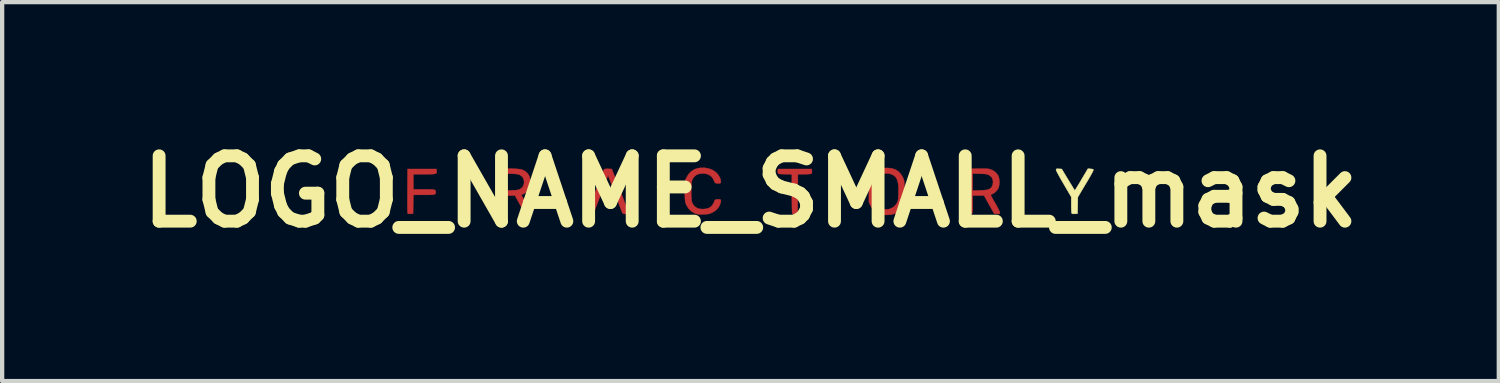
<source format=kicad_pcb>
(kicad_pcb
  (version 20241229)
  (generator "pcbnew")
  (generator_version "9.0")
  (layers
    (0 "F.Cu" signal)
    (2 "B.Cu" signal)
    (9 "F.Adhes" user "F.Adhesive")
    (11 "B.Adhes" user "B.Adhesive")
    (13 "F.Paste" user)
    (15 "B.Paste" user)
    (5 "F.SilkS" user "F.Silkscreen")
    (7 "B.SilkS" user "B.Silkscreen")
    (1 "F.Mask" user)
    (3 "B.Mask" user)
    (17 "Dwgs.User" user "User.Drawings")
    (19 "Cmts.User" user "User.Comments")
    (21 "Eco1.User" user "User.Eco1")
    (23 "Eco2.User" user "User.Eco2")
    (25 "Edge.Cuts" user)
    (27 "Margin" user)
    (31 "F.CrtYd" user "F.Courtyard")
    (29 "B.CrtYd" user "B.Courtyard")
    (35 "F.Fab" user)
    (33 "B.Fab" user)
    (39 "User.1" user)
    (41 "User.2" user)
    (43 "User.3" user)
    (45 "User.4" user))
  (footprint "LOGO_NAME_SMALL_mask"
    (layer "F.Cu")
    (at 14.449 1.418)
    (property "Reference" "LOGO_NAME_SMALL_mask" (at 0 0 0) (layer "F.SilkS") (effects (font (size 1.524 1.524) (thickness 0.3))))
    (attr through_hole)
    (fp_poly (pts (xy 1.433 -0.478) (xy 1.431 -0.438) (xy 1.42 -0.417) (xy 1.401 -0.413) (xy 1.363 -0.41) (xy 1.311 -0.407) (xy 1.254 -0.407) (xy 1.105 -0.406) (xy 1.099 0.514) (xy 1.041 0.518) (xy 1.004 0.519) (xy 0.979 0.515) (xy 0.974 0.513) (xy 0.972 0.498) (xy 0.97 0.462) (xy 0.969 0.405) (xy 0.967 0.332) (xy 0.966 0.245) (xy 0.965 0.148) (xy 0.965 0.049) (xy 0.965 -0.406) (xy 0.816 -0.407) (xy 0.756 -0.408) (xy 0.704 -0.41) (xy 0.667 -0.413) (xy 0.65 -0.417) (xy 0.639 -0.438) (xy 0.637 -0.478) (xy 0.641 -0.527) (xy 1.429 -0.527) (xy 1.433 -0.478)) (stroke (width 0.01) (type solid)) (fill yes) (layer "F.Cu"))
    (fp_poly (pts (xy -7.318 -0.485) (xy -7.316 -0.46) (xy -7.318 -0.441) (xy -7.328 -0.427) (xy -7.348 -0.417) (xy -7.381 -0.411) (xy -7.43 -0.408) (xy -7.498 -0.407) (xy -7.589 -0.406) (xy -7.603 -0.406) (xy -7.861 -0.406) (xy -7.861 -0.051) (xy -7.609 -0.051) (xy -7.52 -0.051) (xy -7.453 -0.05) (xy -7.405 -0.048) (xy -7.374 -0.043) (xy -7.354 -0.035) (xy -7.345 -0.023) (xy -7.341 -0.007) (xy -7.341 0.015) (xy -7.341 0.018) (xy -7.342 0.037) (xy -7.348 0.051) (xy -7.363 0.062) (xy -7.388 0.069) (xy -7.428 0.073) (xy -7.486 0.075) (xy -7.563 0.076) (xy -7.616 0.076) (xy -7.861 0.076) (xy -7.864 0.295) (xy -7.868 0.514) (xy -7.928 0.518) (xy -7.972 0.518) (xy -7.993 0.508) (xy -7.995 0.506) (xy -7.996 0.49) (xy -7.997 0.451) (xy -7.998 0.393) (xy -7.999 0.317) (xy -7.999 0.228) (xy -7.999 0.127) (xy -7.998 0.017) (xy -7.998 -0.019) (xy -7.995 -0.527) (xy -7.322 -0.527) (xy -7.318 -0.485)) (stroke (width 0.01) (type solid)) (fill yes) (layer "F.Cu"))
    (fp_poly (pts (xy -3.317 -0.531) (xy -3.234 -0.527) (xy -3.14 -0.286) (xy -3.105 -0.194) (xy -3.064 -0.088) (xy -3.021 0.024) (xy -2.979 0.132) (xy -2.945 0.221) (xy -2.916 0.298) (xy -2.891 0.368) (xy -2.87 0.427) (xy -2.856 0.472) (xy -2.85 0.498) (xy -2.85 0.503) (xy -2.866 0.514) (xy -2.897 0.52) (xy -2.934 0.52) (xy -2.965 0.514) (xy -2.981 0.505) (xy -2.989 0.49) (xy -3.004 0.453) (xy -3.025 0.399) (xy -3.052 0.329) (xy -3.084 0.246) (xy -3.119 0.154) (xy -3.155 0.057) (xy -3.192 -0.042) (xy -3.227 -0.133) (xy -3.257 -0.214) (xy -3.283 -0.281) (xy -3.303 -0.333) (xy -3.315 -0.366) (xy -3.32 -0.378) (xy -3.325 -0.368) (xy -3.338 -0.336) (xy -3.358 -0.285) (xy -3.384 -0.219) (xy -3.414 -0.139) (xy -3.448 -0.048) (xy -3.485 0.05) (xy -3.487 0.054) (xy -3.524 0.154) (xy -3.559 0.246) (xy -3.591 0.329) (xy -3.618 0.399) (xy -3.639 0.454) (xy -3.654 0.49) (xy -3.661 0.505) (xy -3.682 0.516) (xy -3.715 0.521) (xy -3.752 0.519) (xy -3.781 0.512) (xy -3.793 0.502) (xy -3.79 0.487) (xy -3.779 0.451) (xy -3.76 0.398) (xy -3.737 0.331) (xy -3.708 0.251) (xy -3.676 0.164) (xy -3.642 0.07) (xy -3.606 -0.026) (xy -3.57 -0.121) (xy -3.535 -0.213) (xy -3.503 -0.298) (xy -3.473 -0.373) (xy -3.448 -0.436) (xy -3.429 -0.483) (xy -3.416 -0.512) (xy -3.412 -0.518) (xy -3.392 -0.528) (xy -3.349 -0.531) (xy -3.317 -0.531)) (stroke (width 0.01) (type solid)) (fill yes) (layer "F.Cu"))
    (fp_poly (pts (xy -5.583 -0.535) (xy -5.51 -0.533) (xy -5.443 -0.529) (xy -5.386 -0.524) (xy -5.344 -0.517) (xy -5.332 -0.514) (xy -5.253 -0.475) (xy -5.193 -0.42) (xy -5.152 -0.349) (xy -5.133 -0.265) (xy -5.131 -0.228) (xy -5.142 -0.138) (xy -5.172 -0.06) (xy -5.22 0.004) (xy -5.284 0.05) (xy -5.311 0.062) (xy -5.346 0.075) (xy -5.231 0.274) (xy -5.195 0.339) (xy -5.163 0.397) (xy -5.139 0.445) (xy -5.124 0.479) (xy -5.121 0.493) (xy -5.135 0.507) (xy -5.165 0.516) (xy -5.201 0.52) (xy -5.234 0.516) (xy -5.251 0.508) (xy -5.263 0.493) (xy -5.284 0.459) (xy -5.313 0.41) (xy -5.347 0.351) (xy -5.38 0.291) (xy -5.492 0.089) (xy -5.623 0.089) (xy -5.753 0.089) (xy -5.753 0.285) (xy -5.754 0.354) (xy -5.755 0.415) (xy -5.757 0.463) (xy -5.759 0.494) (xy -5.761 0.501) (xy -5.778 0.514) (xy -5.81 0.521) (xy -5.847 0.521) (xy -5.879 0.515) (xy -5.897 0.501) (xy -5.898 0.501) (xy -5.9 0.483) (xy -5.901 0.444) (xy -5.903 0.386) (xy -5.904 0.313) (xy -5.905 0.228) (xy -5.905 0.135) (xy -5.905 0.037) (xy -5.905 -0.022) (xy -5.753 -0.022) (xy -5.584 -0.028) (xy -5.509 -0.031) (xy -5.456 -0.035) (xy -5.418 -0.041) (xy -5.39 -0.049) (xy -5.372 -0.058) (xy -5.32 -0.098) (xy -5.289 -0.147) (xy -5.278 -0.21) (xy -5.278 -0.222) (xy -5.286 -0.287) (xy -5.312 -0.338) (xy -5.36 -0.379) (xy -5.373 -0.387) (xy -5.396 -0.398) (xy -5.424 -0.406) (xy -5.463 -0.411) (xy -5.517 -0.415) (xy -5.585 -0.417) (xy -5.753 -0.422) (xy -5.753 -0.022) (xy -5.905 -0.022) (xy -5.905 -0.063) (xy -5.905 -0.16) (xy -5.904 -0.253) (xy -5.904 -0.336) (xy -5.902 -0.407) (xy -5.901 -0.463) (xy -5.899 -0.5) (xy -5.898 -0.513) (xy -5.883 -0.521) (xy -5.847 -0.527) (xy -5.794 -0.531) (xy -5.73 -0.534) (xy -5.658 -0.535) (xy -5.583 -0.535)) (stroke (width 0.01) (type solid)) (fill yes) (layer "F.Cu"))
    (fp_poly (pts (xy 5.418 -0.535) (xy 5.48 -0.534) (xy 5.53 -0.531) (xy 5.564 -0.528) (xy 5.569 -0.527) (xy 5.651 -0.495) (xy 5.719 -0.446) (xy 5.77 -0.382) (xy 5.784 -0.353) (xy 5.798 -0.298) (xy 5.803 -0.23) (xy 5.8 -0.161) (xy 5.787 -0.1) (xy 5.78 -0.082) (xy 5.752 -0.037) (xy 5.713 0.006) (xy 5.669 0.041) (xy 5.632 0.058) (xy 5.609 0.068) (xy 5.601 0.078) (xy 5.607 0.092) (xy 5.624 0.125) (xy 5.649 0.172) (xy 5.681 0.228) (xy 5.709 0.276) (xy 5.745 0.34) (xy 5.775 0.398) (xy 5.799 0.446) (xy 5.813 0.48) (xy 5.817 0.492) (xy 5.815 0.51) (xy 5.804 0.518) (xy 5.78 0.52) (xy 5.75 0.518) (xy 5.683 0.514) (xy 5.445 0.089) (xy 5.182 0.089) (xy 5.182 0.285) (xy 5.181 0.354) (xy 5.18 0.415) (xy 5.178 0.463) (xy 5.175 0.494) (xy 5.174 0.501) (xy 5.157 0.514) (xy 5.125 0.521) (xy 5.088 0.521) (xy 5.055 0.515) (xy 5.037 0.501) (xy 5.037 0.501) (xy 5.035 0.483) (xy 5.033 0.443) (xy 5.032 0.385) (xy 5.031 0.312) (xy 5.03 0.228) (xy 5.03 0.135) (xy 5.029 0.037) (xy 5.03 -0.022) (xy 5.182 -0.022) (xy 5.35 -0.028) (xy 5.429 -0.032) (xy 5.488 -0.037) (xy 5.53 -0.044) (xy 5.562 -0.055) (xy 5.566 -0.057) (xy 5.615 -0.092) (xy 5.645 -0.144) (xy 5.656 -0.213) (xy 5.657 -0.225) (xy 5.648 -0.289) (xy 5.621 -0.339) (xy 5.572 -0.381) (xy 5.561 -0.387) (xy 5.539 -0.398) (xy 5.511 -0.406) (xy 5.472 -0.411) (xy 5.417 -0.415) (xy 5.35 -0.417) (xy 5.182 -0.422) (xy 5.182 -0.022) (xy 5.03 -0.022) (xy 5.03 -0.062) (xy 5.03 -0.16) (xy 5.031 -0.252) (xy 5.032 -0.335) (xy 5.034 -0.407) (xy 5.035 -0.464) (xy 5.037 -0.501) (xy 5.039 -0.517) (xy 5.054 -0.522) (xy 5.09 -0.526) (xy 5.142 -0.53) (xy 5.206 -0.532) (xy 5.276 -0.534) (xy 5.348 -0.535) (xy 5.418 -0.535)) (stroke (width 0.01) (type solid)) (fill yes) (layer "F.Cu"))
    (fp_poly (pts (xy -0.97 -0.537) (xy -0.882 -0.502) (xy -0.806 -0.451) (xy -0.747 -0.386) (xy -0.708 -0.31) (xy -0.703 -0.295) (xy -0.691 -0.244) (xy -0.691 -0.213) (xy -0.705 -0.197) (xy -0.737 -0.192) (xy -0.763 -0.193) (xy -0.802 -0.196) (xy -0.823 -0.204) (xy -0.836 -0.222) (xy -0.845 -0.247) (xy -0.882 -0.32) (xy -0.935 -0.374) (xy -1.005 -0.409) (xy -1.09 -0.424) (xy -1.119 -0.425) (xy -1.203 -0.414) (xy -1.271 -0.385) (xy -1.323 -0.336) (xy -1.348 -0.295) (xy -1.36 -0.27) (xy -1.368 -0.245) (xy -1.374 -0.214) (xy -1.377 -0.173) (xy -1.38 -0.117) (xy -1.382 -0.041) (xy -1.382 -0.029) (xy -1.383 0.071) (xy -1.38 0.149) (xy -1.373 0.21) (xy -1.36 0.258) (xy -1.341 0.296) (xy -1.316 0.329) (xy -1.305 0.34) (xy -1.262 0.374) (xy -1.217 0.395) (xy -1.16 0.406) (xy -1.102 0.408) (xy -1.016 0.399) (xy -0.946 0.371) (xy -0.892 0.323) (xy -0.853 0.254) (xy -0.845 0.234) (xy -0.834 0.205) (xy -0.82 0.189) (xy -0.795 0.183) (xy -0.763 0.18) (xy -0.719 0.181) (xy -0.695 0.191) (xy -0.689 0.216) (xy -0.697 0.26) (xy -0.698 0.264) (xy -0.733 0.348) (xy -0.789 0.419) (xy -0.866 0.474) (xy -0.879 0.481) (xy -0.921 0.502) (xy -0.957 0.515) (xy -0.994 0.523) (xy -1.041 0.527) (xy -1.095 0.529) (xy -1.16 0.531) (xy -1.207 0.529) (xy -1.245 0.523) (xy -1.281 0.512) (xy -1.294 0.507) (xy -1.373 0.462) (xy -1.44 0.398) (xy -1.49 0.32) (xy -1.5 0.297) (xy -1.511 0.269) (xy -1.518 0.242) (xy -1.524 0.211) (xy -1.527 0.173) (xy -1.529 0.122) (xy -1.53 0.053) (xy -1.53 -0.013) (xy -1.53 -0.096) (xy -1.529 -0.158) (xy -1.528 -0.204) (xy -1.524 -0.238) (xy -1.519 -0.265) (xy -1.51 -0.289) (xy -1.499 -0.314) (xy -1.497 -0.318) (xy -1.443 -0.408) (xy -1.376 -0.476) (xy -1.295 -0.524) (xy -1.199 -0.55) (xy -1.175 -0.553) (xy -1.069 -0.555) (xy -0.97 -0.537)) (stroke (width 0.01) (type solid)) (fill yes) (layer "F.Cu"))
    (fp_poly (pts (xy 3.293 -0.542) (xy 3.382 -0.513) (xy 3.456 -0.464) (xy 3.516 -0.395) (xy 3.552 -0.333) (xy 3.564 -0.308) (xy 3.573 -0.286) (xy 3.579 -0.263) (xy 3.584 -0.234) (xy 3.586 -0.196) (xy 3.587 -0.144) (xy 3.588 -0.074) (xy 3.588 0) (xy 3.588 0.088) (xy 3.587 0.155) (xy 3.585 0.204) (xy 3.583 0.241) (xy 3.578 0.269) (xy 3.571 0.292) (xy 3.562 0.315) (xy 3.555 0.33) (xy 3.509 0.409) (xy 3.452 0.468) (xy 3.382 0.509) (xy 3.295 0.533) (xy 3.2 0.542) (xy 3.131 0.543) (xy 3.08 0.539) (xy 3.038 0.53) (xy 3.02 0.524) (xy 2.936 0.484) (xy 2.871 0.432) (xy 2.821 0.365) (xy 2.805 0.335) (xy 2.762 0.248) (xy 2.762 -0.006) (xy 2.762 -0.006) (xy 2.908 -0.006) (xy 2.908 0.071) (xy 2.909 0.127) (xy 2.912 0.168) (xy 2.916 0.199) (xy 2.923 0.224) (xy 2.934 0.248) (xy 2.943 0.267) (xy 2.979 0.325) (xy 3.022 0.366) (xy 3.079 0.395) (xy 3.093 0.4) (xy 3.139 0.414) (xy 3.178 0.417) (xy 3.222 0.411) (xy 3.259 0.4) (xy 3.328 0.367) (xy 3.386 0.312) (xy 3.424 0.254) (xy 3.434 0.23) (xy 3.441 0.199) (xy 3.446 0.157) (xy 3.45 0.098) (xy 3.452 0.027) (xy 3.452 -0.087) (xy 3.445 -0.18) (xy 3.429 -0.254) (xy 3.405 -0.312) (xy 3.37 -0.355) (xy 3.325 -0.388) (xy 3.316 -0.393) (xy 3.235 -0.422) (xy 3.156 -0.427) (xy 3.082 -0.41) (xy 3.016 -0.372) (xy 2.963 -0.313) (xy 2.943 -0.28) (xy 2.93 -0.253) (xy 2.921 -0.229) (xy 2.915 -0.203) (xy 2.911 -0.17) (xy 2.909 -0.125) (xy 2.908 -0.062) (xy 2.908 -0.006) (xy 2.762 -0.006) (xy 2.762 -0.093) (xy 2.763 -0.158) (xy 2.764 -0.206) (xy 2.767 -0.242) (xy 2.772 -0.269) (xy 2.779 -0.292) (xy 2.789 -0.315) (xy 2.798 -0.333) (xy 2.851 -0.417) (xy 2.919 -0.48) (xy 3.003 -0.523) (xy 3.102 -0.547) (xy 3.188 -0.552) (xy 3.293 -0.542)) (stroke (width 0.01) (type solid)) (fill yes) (layer "F.Cu"))
    (fp_poly (pts (xy 7.931 -0.53) (xy 7.974 -0.525) (xy 7.995 -0.514) (xy 7.998 -0.508) (xy 7.993 -0.493) (xy 7.976 -0.458) (xy 7.949 -0.408) (xy 7.914 -0.345) (xy 7.872 -0.273) (xy 7.825 -0.193) (xy 7.817 -0.181) (xy 7.633 0.128) (xy 7.63 0.321) (xy 7.626 0.514) (xy 7.561 0.518) (xy 7.52 0.519) (xy 7.498 0.513) (xy 7.488 0.501) (xy 7.485 0.481) (xy 7.483 0.442) (xy 7.481 0.387) (xy 7.48 0.322) (xy 7.48 0.303) (xy 7.48 0.125) (xy 7.303 -0.178) (xy 7.256 -0.258) (xy 7.214 -0.332) (xy 7.178 -0.398) (xy 7.15 -0.45) (xy 7.132 -0.488) (xy 7.125 -0.507) (xy 7.125 -0.507) (xy 7.127 -0.523) (xy 7.138 -0.531) (xy 7.165 -0.532) (xy 7.191 -0.531) (xy 7.258 -0.527) (xy 7.406 -0.281) (xy 7.449 -0.21) (xy 7.488 -0.147) (xy 7.52 -0.094) (xy 7.544 -0.055) (xy 7.558 -0.033) (xy 7.561 -0.029) (xy 7.569 -0.038) (xy 7.588 -0.066) (xy 7.615 -0.11) (xy 7.65 -0.166) (xy 7.691 -0.233) (xy 7.717 -0.279) (xy 7.868 -0.534) (xy 7.931 -0.53)) (stroke (width 0.01) (type solid)) (fill yes) (layer "F.SilkS")))
  (gr_rect
    (start -3 -3)
    (end 31.898 5.836)
    (stroke (width 0.1) (type default))
    (fill no)
    (layer "Edge.Cuts")))
</source>
